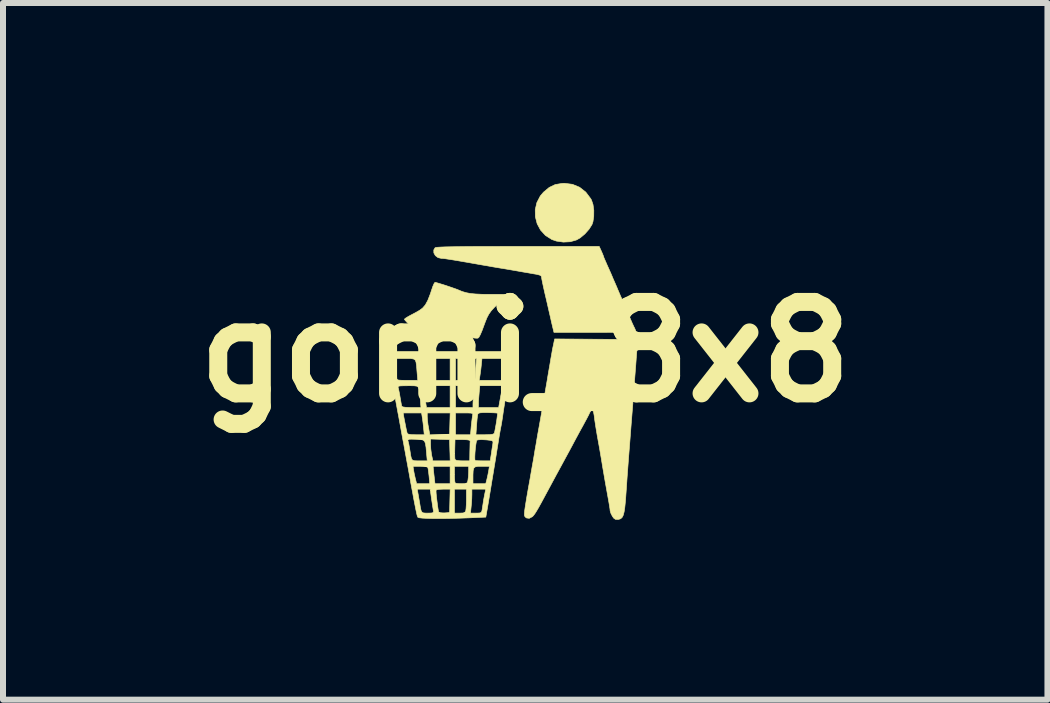
<source format=kicad_pcb>
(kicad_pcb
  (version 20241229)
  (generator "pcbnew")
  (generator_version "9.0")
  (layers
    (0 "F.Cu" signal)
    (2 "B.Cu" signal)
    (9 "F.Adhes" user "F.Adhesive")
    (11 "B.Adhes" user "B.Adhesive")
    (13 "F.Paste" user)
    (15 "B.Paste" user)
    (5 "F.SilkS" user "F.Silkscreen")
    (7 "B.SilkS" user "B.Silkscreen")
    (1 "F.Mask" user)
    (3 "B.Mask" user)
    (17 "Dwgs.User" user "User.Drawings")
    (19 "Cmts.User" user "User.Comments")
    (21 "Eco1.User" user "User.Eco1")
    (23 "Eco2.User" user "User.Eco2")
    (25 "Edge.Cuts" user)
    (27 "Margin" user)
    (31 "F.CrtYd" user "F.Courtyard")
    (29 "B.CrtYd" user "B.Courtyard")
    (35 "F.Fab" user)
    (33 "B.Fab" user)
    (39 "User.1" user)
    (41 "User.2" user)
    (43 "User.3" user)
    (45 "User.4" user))
  (footprint "gomi_8x8"
    (layer "F.Cu")
    (at 5.704 2.817)
    (property "Reference" "gomi_8x8" (at 0 0 0) (layer "F.SilkS") (effects (font (size 1.524 1.524) (thickness 0.3))))
    (attr through_hole)
    (fp_poly (pts (xy 0.787 -2.795) (xy 0.906 -2.746) (xy 1.009 -2.665) (xy 1.092 -2.555) (xy 1.105 -2.531) (xy 1.13 -2.457) (xy 1.143 -2.362) (xy 1.142 -2.263) (xy 1.129 -2.172) (xy 1.113 -2.125) (xy 1.064 -2.047) (xy 0.994 -1.968) (xy 0.915 -1.902) (xy 0.855 -1.868) (xy 0.751 -1.838) (xy 0.635 -1.832) (xy 0.519 -1.849) (xy 0.444 -1.875) (xy 0.337 -1.943) (xy 0.255 -2.033) (xy 0.199 -2.138) (xy 0.169 -2.254) (xy 0.167 -2.373) (xy 0.194 -2.49) (xy 0.251 -2.6) (xy 0.305 -2.664) (xy 0.4 -2.743) (xy 0.5 -2.791) (xy 0.614 -2.81) (xy 0.653 -2.812) (xy 0.787 -2.795)) (stroke (width 0.01) (type solid)) (fill yes) (layer "F.SilkS"))
    (fp_poly (pts (xy -1.478 -1.156) (xy -1.428 -1.141) (xy -1.362 -1.121) (xy -1.289 -1.097) (xy -1.219 -1.073) (xy -1.159 -1.052) (xy -1.119 -1.037) (xy -1.116 -1.035) (xy -1.05 -1.008) (xy -0.985 -0.989) (xy -0.913 -0.975) (xy -0.828 -0.967) (xy -0.72 -0.962) (xy -0.591 -0.961) (xy -0.281 -0.961) (xy -0.432 -0.823) (xy -0.509 -0.75) (xy -0.565 -0.689) (xy -0.606 -0.632) (xy -0.639 -0.569) (xy -0.671 -0.488) (xy -0.681 -0.461) (xy -0.719 -0.358) (xy -0.749 -0.288) (xy -0.772 -0.246) (xy -0.789 -0.231) (xy -0.817 -0.23) (xy -0.866 -0.235) (xy -0.889 -0.238) (xy -0.932 -0.243) (xy -1.005 -0.248) (xy -1.099 -0.253) (xy -1.209 -0.258) (xy -1.327 -0.262) (xy -1.34 -0.262) (xy -1.459 -0.266) (xy -1.566 -0.272) (xy -1.653 -0.279) (xy -1.715 -0.285) (xy -1.747 -0.292) (xy -1.748 -0.293) (xy -1.776 -0.313) (xy -1.82 -0.349) (xy -1.871 -0.396) (xy -1.923 -0.446) (xy -1.969 -0.492) (xy -2.002 -0.528) (xy -2.014 -0.546) (xy -1.999 -0.561) (xy -1.961 -0.585) (xy -1.92 -0.608) (xy -1.844 -0.648) (xy -1.793 -0.676) (xy -1.758 -0.697) (xy -1.732 -0.716) (xy -1.708 -0.735) (xy -1.665 -0.785) (xy -1.623 -0.862) (xy -1.581 -0.97) (xy -1.56 -1.035) (xy -1.539 -1.096) (xy -1.519 -1.141) (xy -1.504 -1.161) (xy -1.502 -1.161) (xy -1.478 -1.156)) (stroke (width 0.01) (type solid)) (fill yes) (layer "F.SilkS"))
    (fp_poly (pts (xy 1.27 -1.679) (xy 1.291 -1.631) (xy 1.304 -1.597) (xy 1.306 -1.59) (xy 1.313 -1.57) (xy 1.332 -1.526) (xy 1.358 -1.467) (xy 1.362 -1.457) (xy 1.394 -1.386) (xy 1.424 -1.319) (xy 1.445 -1.27) (xy 1.467 -1.217) (xy 1.486 -1.174) (xy 1.488 -1.17) (xy 1.504 -1.133) (xy 1.528 -1.078) (xy 1.542 -1.043) (xy 1.567 -0.985) (xy 1.588 -0.935) (xy 1.597 -0.916) (xy 1.613 -0.879) (xy 1.636 -0.824) (xy 1.651 -0.789) (xy 1.676 -0.731) (xy 1.697 -0.681) (xy 1.705 -0.662) (xy 1.722 -0.625) (xy 1.745 -0.57) (xy 1.76 -0.535) (xy 1.787 -0.473) (xy 1.813 -0.418) (xy 1.824 -0.397) (xy 1.839 -0.36) (xy 1.838 -0.338) (xy 1.818 -0.336) (xy 1.765 -0.333) (xy 1.685 -0.331) (xy 1.58 -0.329) (xy 1.456 -0.328) (xy 1.315 -0.327) (xy 1.163 -0.327) (xy 1.152 -0.327) (xy 0.479 -0.327) (xy 0.456 -0.422) (xy 0.439 -0.494) (xy 0.42 -0.579) (xy 0.407 -0.635) (xy 0.392 -0.7) (xy 0.372 -0.788) (xy 0.349 -0.888) (xy 0.326 -0.985) (xy 0.306 -1.074) (xy 0.289 -1.153) (xy 0.277 -1.213) (xy 0.272 -1.247) (xy 0.272 -1.249) (xy 0.265 -1.268) (xy 0.24 -1.282) (xy 0.19 -1.295) (xy 0.141 -1.303) (xy 0.056 -1.318) (xy -0.044 -1.335) (xy -0.139 -1.352) (xy -0.145 -1.353) (xy -0.232 -1.368) (xy -0.319 -1.383) (xy -0.39 -1.395) (xy -0.399 -1.396) (xy -0.459 -1.406) (xy -0.542 -1.42) (xy -0.636 -1.437) (xy -0.708 -1.449) (xy -0.878 -1.479) (xy -1.016 -1.503) (xy -1.125 -1.522) (xy -1.21 -1.536) (xy -1.275 -1.546) (xy -1.321 -1.553) (xy -1.354 -1.558) (xy -1.378 -1.56) (xy -1.395 -1.56) (xy -1.395 -1.56) (xy -1.453 -1.573) (xy -1.498 -1.607) (xy -1.523 -1.652) (xy -1.524 -1.701) (xy -1.502 -1.738) (xy -1.489 -1.742) (xy -1.458 -1.746) (xy -1.407 -1.749) (xy -1.334 -1.752) (xy -1.237 -1.754) (xy -1.114 -1.756) (xy -0.965 -1.758) (xy -0.785 -1.759) (xy -0.575 -1.759) (xy -0.332 -1.76) (xy -0.124 -1.76) (xy 1.233 -1.76) (xy 1.27 -1.679)) (stroke (width 0.01) (type solid)) (fill yes) (layer "F.SilkS"))
    (fp_poly (pts (xy 1.184 -0.213) (xy 1.361 -0.212) (xy 1.505 -0.211) (xy 1.619 -0.209) (xy 1.707 -0.208) (xy 1.772 -0.205) (xy 1.818 -0.202) (xy 1.848 -0.198) (xy 1.865 -0.193) (xy 1.872 -0.186) (xy 1.874 -0.177) (xy 1.873 -0.172) (xy 1.87 -0.144) (xy 1.866 -0.085) (xy 1.859 -0.002) (xy 1.851 0.098) (xy 1.843 0.211) (xy 1.841 0.236) (xy 1.817 0.543) (xy 1.793 0.868) (xy 1.765 1.217) (xy 1.736 1.595) (xy 1.732 1.642) (xy 1.721 1.785) (xy 1.709 1.944) (xy 1.697 2.107) (xy 1.687 2.257) (xy 1.681 2.34) (xy 1.671 2.48) (xy 1.66 2.587) (xy 1.648 2.666) (xy 1.633 2.722) (xy 1.614 2.758) (xy 1.59 2.779) (xy 1.559 2.789) (xy 1.547 2.791) (xy 1.504 2.789) (xy 1.475 2.769) (xy 1.452 2.736) (xy 1.428 2.689) (xy 1.416 2.65) (xy 1.415 2.645) (xy 1.412 2.613) (xy 1.403 2.556) (xy 1.391 2.485) (xy 1.387 2.463) (xy 1.333 2.163) (xy 1.285 1.884) (xy 1.28 1.851) (xy 1.265 1.76) (xy 1.249 1.667) (xy 1.236 1.59) (xy 1.232 1.569) (xy 1.2 1.392) (xy 1.176 1.248) (xy 1.159 1.136) (xy 1.149 1.057) (xy 1.137 0.994) (xy 1.12 0.965) (xy 1.099 0.971) (xy 1.075 1.011) (xy 1.055 1.053) (xy 1.024 1.113) (xy 0.993 1.17) (xy 0.958 1.235) (xy 0.912 1.318) (xy 0.864 1.407) (xy 0.84 1.451) (xy 0.786 1.553) (xy 0.735 1.648) (xy 0.681 1.747) (xy 0.619 1.862) (xy 0.576 1.941) (xy 0.511 2.06) (xy 0.431 2.209) (xy 0.335 2.387) (xy 0.273 2.502) (xy 0.225 2.589) (xy 0.188 2.652) (xy 0.16 2.696) (xy 0.138 2.725) (xy 0.12 2.744) (xy 0.067 2.772) (xy 0.021 2.766) (xy -0.001 2.748) (xy -0.007 2.739) (xy -0.012 2.727) (xy -0.014 2.71) (xy -0.013 2.683) (xy -0.009 2.643) (xy -0.001 2.587) (xy 0.011 2.511) (xy 0.027 2.413) (xy 0.049 2.287) (xy 0.077 2.132) (xy 0.099 2.005) (xy 0.115 1.914) (xy 0.134 1.809) (xy 0.151 1.709) (xy 0.153 1.696) (xy 0.165 1.622) (xy 0.179 1.546) (xy 0.193 1.462) (xy 0.21 1.363) (xy 0.232 1.243) (xy 0.258 1.096) (xy 0.264 1.061) (xy 0.296 0.878) (xy 0.33 0.679) (xy 0.369 0.455) (xy 0.37 0.445) (xy 0.387 0.345) (xy 0.406 0.236) (xy 0.423 0.137) (xy 0.424 0.127) (xy 0.438 0.05) (xy 0.45 -0.02) (xy 0.459 -0.069) (xy 0.461 -0.077) (xy 0.473 -0.133) (xy 0.481 -0.173) (xy 0.491 -0.218) (xy 1.184 -0.213)) (stroke (width 0.01) (type solid)) (fill yes) (layer "F.SilkS"))
    (fp_poly (pts (xy -0.136 0.034) (xy -0.151 0.078) (xy -0.172 0.098) (xy -0.204 0.116) (xy -0.216 0.123) (xy -0.224 0.142) (xy -0.233 0.185) (xy -0.238 0.213) (xy -0.247 0.272) (xy -0.26 0.355) (xy -0.278 0.466) (xy -0.302 0.607) (xy -0.33 0.78) (xy -0.337 0.816) (xy -0.352 0.909) (xy -0.367 1.007) (xy -0.379 1.092) (xy -0.38 1.098) (xy -0.391 1.169) (xy -0.402 1.231) (xy -0.41 1.27) (xy -0.417 1.308) (xy -0.428 1.37) (xy -0.441 1.448) (xy -0.447 1.488) (xy -0.463 1.586) (xy -0.48 1.692) (xy -0.495 1.786) (xy -0.498 1.805) (xy -0.513 1.894) (xy -0.53 1.998) (xy -0.547 2.1) (xy -0.551 2.123) (xy -0.572 2.252) (xy -0.593 2.379) (xy -0.612 2.495) (xy -0.629 2.594) (xy -0.642 2.667) (xy -0.645 2.687) (xy -0.657 2.752) (xy -0.93 2.764) (xy -1.095 2.77) (xy -1.251 2.774) (xy -1.395 2.776) (xy -1.523 2.776) (xy -1.63 2.773) (xy -1.713 2.769) (xy -1.767 2.763) (xy -1.789 2.755) (xy -1.794 2.744) (xy -1.8 2.728) (xy -1.807 2.702) (xy -1.815 2.665) (xy -1.826 2.612) (xy -1.84 2.541) (xy -1.858 2.449) (xy -1.879 2.332) (xy -1.888 2.286) (xy -1.8 2.286) (xy -1.791 2.336) (xy -1.783 2.379) (xy -1.772 2.444) (xy -1.76 2.513) (xy -1.747 2.592) (xy -1.736 2.642) (xy -1.72 2.67) (xy -1.696 2.682) (xy -1.658 2.685) (xy -1.624 2.685) (xy -1.567 2.684) (xy -1.538 2.678) (xy -1.529 2.665) (xy -1.531 2.644) (xy -1.537 2.608) (xy -1.547 2.547) (xy -1.558 2.472) (xy -1.562 2.445) (xy -1.581 2.309) (xy -1.487 2.309) (xy -1.485 2.354) (xy -1.479 2.417) (xy -1.47 2.49) (xy -1.461 2.561) (xy -1.452 2.62) (xy -1.445 2.659) (xy -1.442 2.668) (xy -1.418 2.678) (xy -1.372 2.682) (xy -1.345 2.682) (xy -1.261 2.676) (xy -1.256 2.481) (xy -1.251 2.286) (xy -1.179 2.286) (xy -1.179 2.685) (xy -1.091 2.685) (xy -0.912 2.685) (xy -0.82 2.685) (xy -0.765 2.684) (xy -0.737 2.676) (xy -0.724 2.656) (xy -0.718 2.626) (xy -0.704 2.535) (xy -0.694 2.468) (xy -0.684 2.414) (xy -0.674 2.363) (xy -0.658 2.286) (xy -0.889 2.286) (xy -0.889 2.374) (xy -0.891 2.444) (xy -0.896 2.526) (xy -0.901 2.574) (xy -0.912 2.685) (xy -1.091 2.685) (xy -1.036 2.683) (xy -1.007 2.673) (xy -0.993 2.652) (xy -0.991 2.644) (xy -0.986 2.608) (xy -0.982 2.546) (xy -0.98 2.471) (xy -0.98 2.445) (xy -0.98 2.286) (xy -1.179 2.286) (xy -1.251 2.286) (xy -1.369 2.286) (xy -1.44 2.289) (xy -1.478 2.297) (xy -1.487 2.309) (xy -1.581 2.309) (xy -1.584 2.286) (xy -1.8 2.286) (xy -1.888 2.286) (xy -1.906 2.189) (xy -1.937 2.015) (xy -1.957 1.905) (xy -1.87 1.905) (xy -1.86 1.973) (xy -1.848 2.037) (xy -1.832 2.107) (xy -1.829 2.118) (xy -1.81 2.195) (xy -1.591 2.195) (xy -1.603 2.066) (xy -1.611 2) (xy -1.618 1.948) (xy -1.625 1.921) (xy -1.625 1.921) (xy -1.647 1.913) (xy -1.695 1.907) (xy -1.753 1.905) (xy -1.535 1.905) (xy -1.529 1.973) (xy -1.522 2.038) (xy -1.514 2.109) (xy -1.513 2.118) (xy -1.504 2.195) (xy -1.252 2.195) (xy -1.252 1.905) (xy -1.179 1.905) (xy -1.179 2.038) (xy -1.178 2.104) (xy -1.174 2.156) (xy -1.168 2.182) (xy -1.167 2.183) (xy -1.144 2.19) (xy -1.096 2.194) (xy -1.061 2.195) (xy -1.005 2.194) (xy -0.976 2.186) (xy -0.962 2.167) (xy -0.955 2.139) (xy -0.948 2.085) (xy -0.947 2.079) (xy -0.871 2.079) (xy -0.871 2.195) (xy -0.658 2.195) (xy -0.638 2.118) (xy -0.623 2.051) (xy -0.61 1.983) (xy -0.608 1.973) (xy -0.597 1.905) (xy -0.723 1.905) (xy -0.791 1.906) (xy -0.834 1.915) (xy -0.858 1.937) (xy -0.868 1.98) (xy -0.871 2.05) (xy -0.871 2.079) (xy -0.947 2.079) (xy -0.944 2.018) (xy -0.943 1.993) (xy -0.943 1.905) (xy -1.179 1.905) (xy -1.252 1.905) (xy -1.535 1.905) (xy -1.753 1.905) (xy -1.87 1.905) (xy -1.957 1.905) (xy -1.969 1.841) (xy -1.986 1.748) (xy -2.004 1.65) (xy -2.02 1.565) (xy -2.022 1.551) (xy -2.037 1.474) (xy -1.956 1.474) (xy -1.951 1.491) (xy -1.941 1.531) (xy -1.93 1.592) (xy -1.92 1.651) (xy -1.908 1.728) (xy -1.897 1.776) (xy -1.879 1.802) (xy -1.848 1.812) (xy -1.797 1.814) (xy -1.76 1.814) (xy -1.633 1.814) (xy -1.645 1.683) (xy -1.653 1.59) (xy -1.661 1.541) (xy -1.578 1.541) (xy -1.574 1.617) (xy -1.563 1.698) (xy -1.559 1.723) (xy -1.539 1.814) (xy -1.251 1.814) (xy -1.254 1.688) (xy -1.175 1.688) (xy -1.174 1.748) (xy -1.172 1.786) (xy -1.17 1.792) (xy -1.146 1.806) (xy -1.087 1.813) (xy -1.044 1.814) (xy -0.925 1.814) (xy -0.924 1.739) (xy -0.84 1.739) (xy -0.84 1.786) (xy -0.836 1.807) (xy -0.815 1.811) (xy -0.769 1.813) (xy -0.706 1.814) (xy -0.584 1.814) (xy -0.563 1.683) (xy -0.553 1.612) (xy -0.543 1.552) (xy -0.538 1.514) (xy -0.538 1.513) (xy -0.538 1.492) (xy -0.551 1.48) (xy -0.583 1.472) (xy -0.643 1.465) (xy -0.66 1.464) (xy -0.734 1.46) (xy -0.786 1.464) (xy -0.807 1.471) (xy -0.815 1.495) (xy -0.823 1.544) (xy -0.831 1.608) (xy -0.837 1.677) (xy -0.84 1.739) (xy -0.924 1.739) (xy -0.923 1.66) (xy -0.921 1.587) (xy -0.92 1.526) (xy -0.918 1.489) (xy -0.918 1.483) (xy -0.93 1.47) (xy -0.97 1.463) (xy -1.042 1.46) (xy -1.17 1.46) (xy -1.174 1.615) (xy -1.175 1.688) (xy -1.254 1.688) (xy -1.256 1.637) (xy -1.261 1.46) (xy -1.578 1.45) (xy -1.578 1.541) (xy -1.661 1.541) (xy -1.663 1.528) (xy -1.677 1.489) (xy -1.702 1.468) (xy -1.741 1.459) (xy -1.8 1.456) (xy -1.822 1.455) (xy -1.893 1.453) (xy -1.934 1.454) (xy -1.953 1.46) (xy -1.956 1.474) (xy -2.037 1.474) (xy -2.038 1.469) (xy -2.056 1.371) (xy -2.073 1.277) (xy -2.074 1.27) (xy -2.092 1.172) (xy -2.112 1.061) (xy -2.121 1.016) (xy -2.034 1.016) (xy -2.023 1.084) (xy -2.012 1.141) (xy -1.998 1.212) (xy -1.984 1.283) (xy -1.971 1.338) (xy -1.967 1.356) (xy -1.947 1.369) (xy -1.897 1.377) (xy -1.822 1.379) (xy -1.683 1.379) (xy -1.695 1.256) (xy -1.703 1.183) (xy -1.712 1.116) (xy -1.718 1.075) (xy -1.728 1.016) (xy -1.633 1.016) (xy -1.633 1.082) (xy -1.629 1.136) (xy -1.621 1.208) (xy -1.611 1.264) (xy -1.59 1.38) (xy -1.261 1.37) (xy -1.256 1.193) (xy -1.251 1.016) (xy -1.161 1.016) (xy -1.161 1.379) (xy -0.912 1.379) (xy -0.822 1.379) (xy -0.673 1.379) (xy -0.588 1.376) (xy -0.537 1.369) (xy -0.517 1.356) (xy -0.508 1.325) (xy -0.498 1.272) (xy -0.486 1.206) (xy -0.475 1.139) (xy -0.467 1.079) (xy -0.462 1.036) (xy -0.462 1.02) (xy -0.482 1.016) (xy -0.529 1.013) (xy -0.596 1.011) (xy -0.624 1.01) (xy -0.705 1.01) (xy -0.756 1.014) (xy -0.783 1.024) (xy -0.789 1.032) (xy -0.795 1.061) (xy -0.802 1.116) (xy -0.808 1.187) (xy -0.81 1.218) (xy -0.822 1.379) (xy -0.912 1.379) (xy -0.9 1.238) (xy -0.892 1.165) (xy -0.884 1.101) (xy -0.878 1.06) (xy -0.877 1.057) (xy -0.874 1.037) (xy -0.881 1.025) (xy -0.905 1.018) (xy -0.953 1.016) (xy -1.014 1.016) (xy -1.161 1.016) (xy -1.251 1.016) (xy -1.633 1.016) (xy -1.728 1.016) (xy -2.034 1.016) (xy -2.121 1.016) (xy -2.131 0.963) (xy -2.131 0.962) (xy -2.166 0.772) (xy -2.195 0.615) (xy -2.201 0.58) (xy -2.119 0.58) (xy -2.117 0.597) (xy -2.115 0.603) (xy -2.106 0.642) (xy -2.094 0.703) (xy -2.084 0.762) (xy -2.073 0.826) (xy -2.064 0.877) (xy -2.058 0.903) (xy -2.04 0.915) (xy -1.992 0.922) (xy -1.912 0.925) (xy -1.895 0.925) (xy -1.738 0.925) (xy -1.75 0.776) (xy -1.757 0.685) (xy -1.765 0.625) (xy -1.78 0.588) (xy -1.807 0.569) (xy -1.851 0.563) (xy -1.904 0.562) (xy -1.692 0.562) (xy -1.681 0.658) (xy -1.672 0.734) (xy -1.662 0.814) (xy -1.659 0.839) (xy -1.646 0.925) (xy -1.252 0.925) (xy -1.252 0.562) (xy -1.161 0.562) (xy -1.161 0.925) (xy -0.871 0.925) (xy -0.78 0.925) (xy -0.443 0.925) (xy -0.419 0.794) (xy -0.406 0.721) (xy -0.394 0.656) (xy -0.386 0.613) (xy -0.386 0.612) (xy -0.376 0.562) (xy -0.757 0.562) (xy -0.768 0.685) (xy -0.774 0.758) (xy -0.779 0.825) (xy -0.78 0.866) (xy -0.78 0.925) (xy -0.871 0.925) (xy -0.871 0.866) (xy -0.869 0.817) (xy -0.864 0.748) (xy -0.859 0.685) (xy -0.847 0.562) (xy -1.161 0.562) (xy -1.252 0.562) (xy -1.692 0.562) (xy -1.904 0.562) (xy -1.919 0.562) (xy -1.954 0.562) (xy -2.034 0.563) (xy -2.084 0.565) (xy -2.11 0.57) (xy -2.119 0.58) (xy -2.201 0.58) (xy -2.217 0.493) (xy -2.231 0.408) (xy -2.253 0.285) (xy -2.275 0.195) (xy -2.298 0.135) (xy -2.317 0.109) (xy -2.197 0.109) (xy -2.184 0.204) (xy -2.174 0.268) (xy -2.162 0.322) (xy -2.156 0.341) (xy -2.144 0.395) (xy -2.141 0.428) (xy -2.14 0.448) (xy -2.131 0.461) (xy -2.109 0.468) (xy -2.066 0.471) (xy -1.996 0.472) (xy -1.966 0.472) (xy -1.791 0.472) (xy -1.804 0.322) (xy -1.811 0.232) (xy -1.819 0.176) (xy -1.742 0.176) (xy -1.735 0.235) (xy -1.721 0.32) (xy -1.72 0.331) (xy -1.697 0.472) (xy -1.252 0.472) (xy -1.252 0.109) (xy -1.161 0.109) (xy -1.161 0.472) (xy -0.998 0.472) (xy -0.767 0.472) (xy -0.366 0.472) (xy -0.356 0.422) (xy -0.348 0.372) (xy -0.338 0.309) (xy -0.336 0.29) (xy -0.327 0.227) (xy -0.317 0.171) (xy -0.315 0.159) (xy -0.306 0.109) (xy -0.721 0.109) (xy -0.732 0.217) (xy -0.74 0.291) (xy -0.75 0.364) (xy -0.755 0.398) (xy -0.767 0.472) (xy -0.998 0.472) (xy -0.921 0.471) (xy -0.873 0.469) (xy -0.847 0.462) (xy -0.837 0.45) (xy -0.835 0.431) (xy -0.835 0.429) (xy -0.833 0.391) (xy -0.829 0.328) (xy -0.824 0.256) (xy -0.823 0.248) (xy -0.811 0.109) (xy -1.161 0.109) (xy -1.252 0.109) (xy -1.497 0.109) (xy -1.599 0.108) (xy -1.67 0.11) (xy -1.714 0.119) (xy -1.736 0.139) (xy -1.742 0.176) (xy -1.819 0.176) (xy -1.819 0.171) (xy -1.834 0.134) (xy -1.862 0.116) (xy -1.908 0.109) (xy -1.979 0.109) (xy -2.016 0.109) (xy -2.197 0.109) (xy -2.317 0.109) (xy -2.322 0.103) (xy -2.33 0.098) (xy -2.362 0.066) (xy -2.368 0.036) (xy -2.368 -0.009) (xy -0.136 -0.009) (xy -0.136 0.034)) (stroke (width 0.01) (type solid)) (fill yes) (layer "F.SilkS")))
  (gr_rect
    (start -3 -3)
    (end 14.408 8.612)
    (stroke (width 0.1) (type default))
    (fill no)
    (layer "Edge.Cuts")))
</source>
